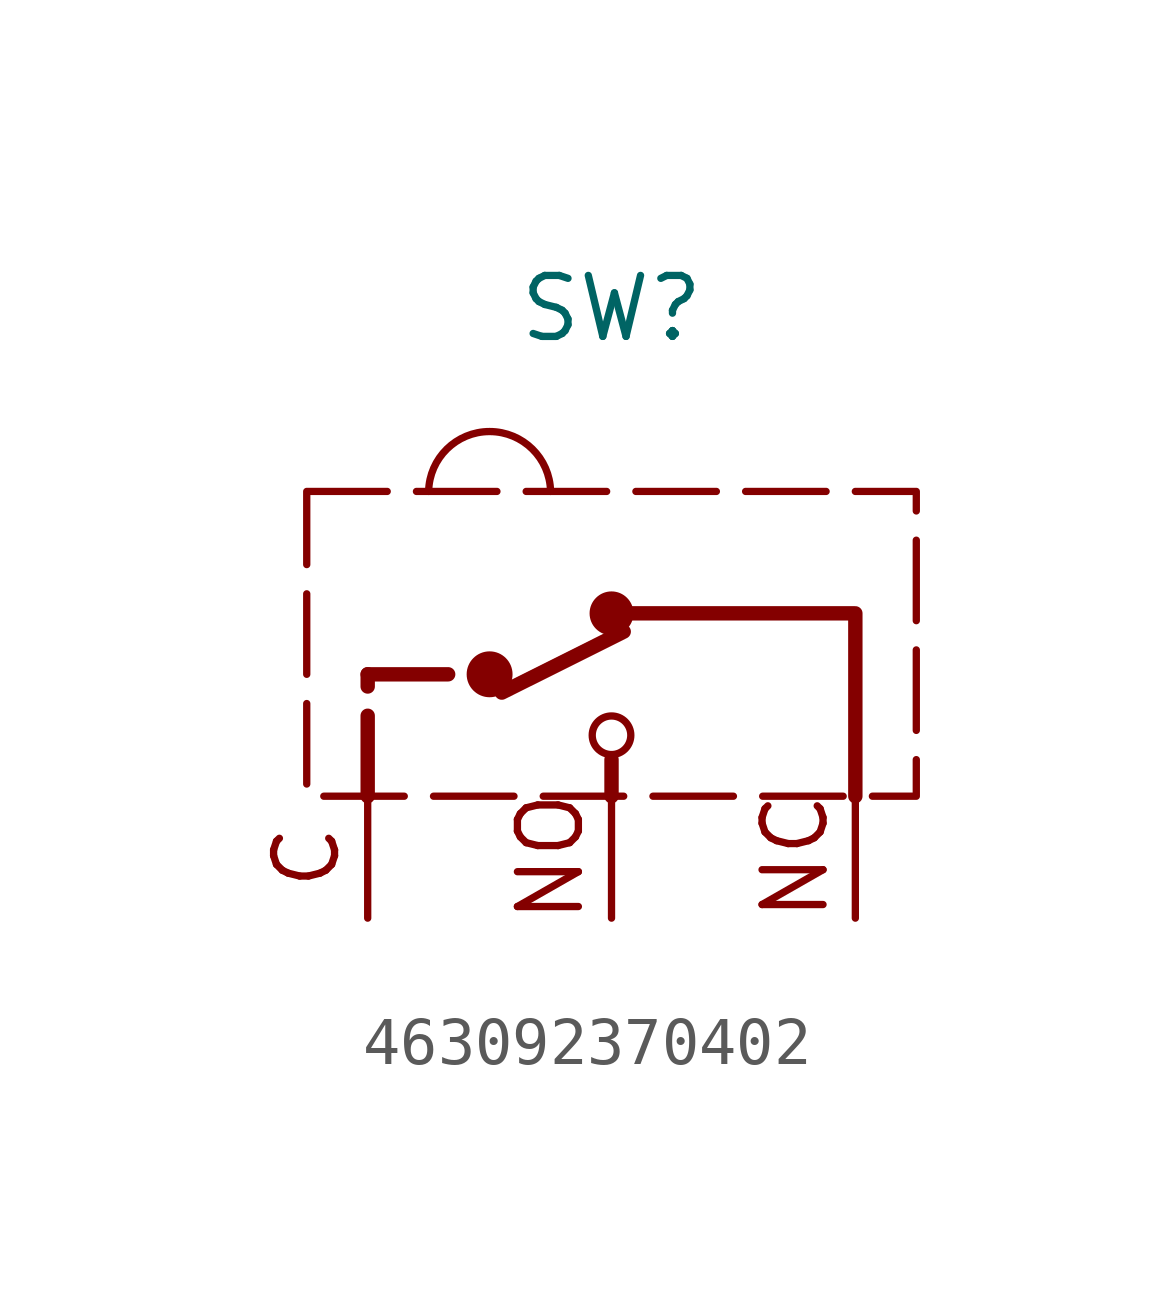
<source format=kicad_sym>
(kicad_symbol_lib
  (version 20220914)
  (generator kicad_symbol_editor)
  (symbol "463092370402"
    (pin_numbers hide)
    (pin_names hide)
    (property "Reference" "SW"
      (at 0 10.16 0)
      (effects (font (size 1.27 1.27))))
    (symbol "463092370402_1_1"
      (rectangle (start -6.35 6.35) (end 6.35 0) (stroke (width 0) (type dash)) (fill (type none)))
      (circle (center -2.54 2.54) (radius 0.402) (stroke (width 0) (type default)) (fill (type outline)))
      (arc (start -1.27 6.35) (mid -2.54 7.5977) (end -3.81 6.35) (stroke (width 0) (type default)) (fill (type none)))
      (polyline (pts (xy -5.08 0) (xy -5.08 2.54)) (stroke (width 0.3) (type default)) (fill (type none)))
      (polyline (pts (xy -5.08 2.54) (xy -2.54 2.54)) (stroke (width 0.3) (type default)) (fill (type none)))
      (polyline (pts (xy 0 0) (xy 0 0.762)) (stroke (width 0.3) (type default)) (fill (type none)))
      (polyline (pts (xy 0.254 3.429) (xy -2.286 2.159)) (stroke (width 0.3) (type default)) (fill (type none)))
      (polyline (pts (xy 5.08 0) (xy 5.08 3.81) (xy 0 3.81)) (stroke (width 0.3) (type default)) (fill (type none)))
      (circle (center 0 1.27) (radius 0.402) (stroke (width 0) (type default)) (fill (type none)))
      (circle (center 0 3.81) (radius 0.381) (stroke (width 0) (type default)) (fill (type outline)))
      (text "C" (at -6.35 -1.27 900) (effects (font (size 1.27 1.27))))
      (text "NC" (at 3.827 -1.259 900) (effects (font (size 1.27 1.27))))
      (text "NO" (at -1.27 -1.27 900) (effects (font (size 1.27 1.27))))
      (pin input line (at -5.08 -2.54 90) (length 2.54) (name "C" (effects (font (size 1.27 1.27)))) (number "1" (effects (font (size 1.27 1.27)))))
      (pin input line (at 0 -2.54 90) (length 2.54) (name "C" (effects (font (size 1.27 1.27)))) (number "2" (effects (font (size 1.27 1.27)))))
      (pin input line (at 5.08 -2.54 90) (length 2.54) (name "C" (effects (font (size 1.27 1.27)))) (number "3" (effects (font (size 1.27 1.27))))))))
</source>
